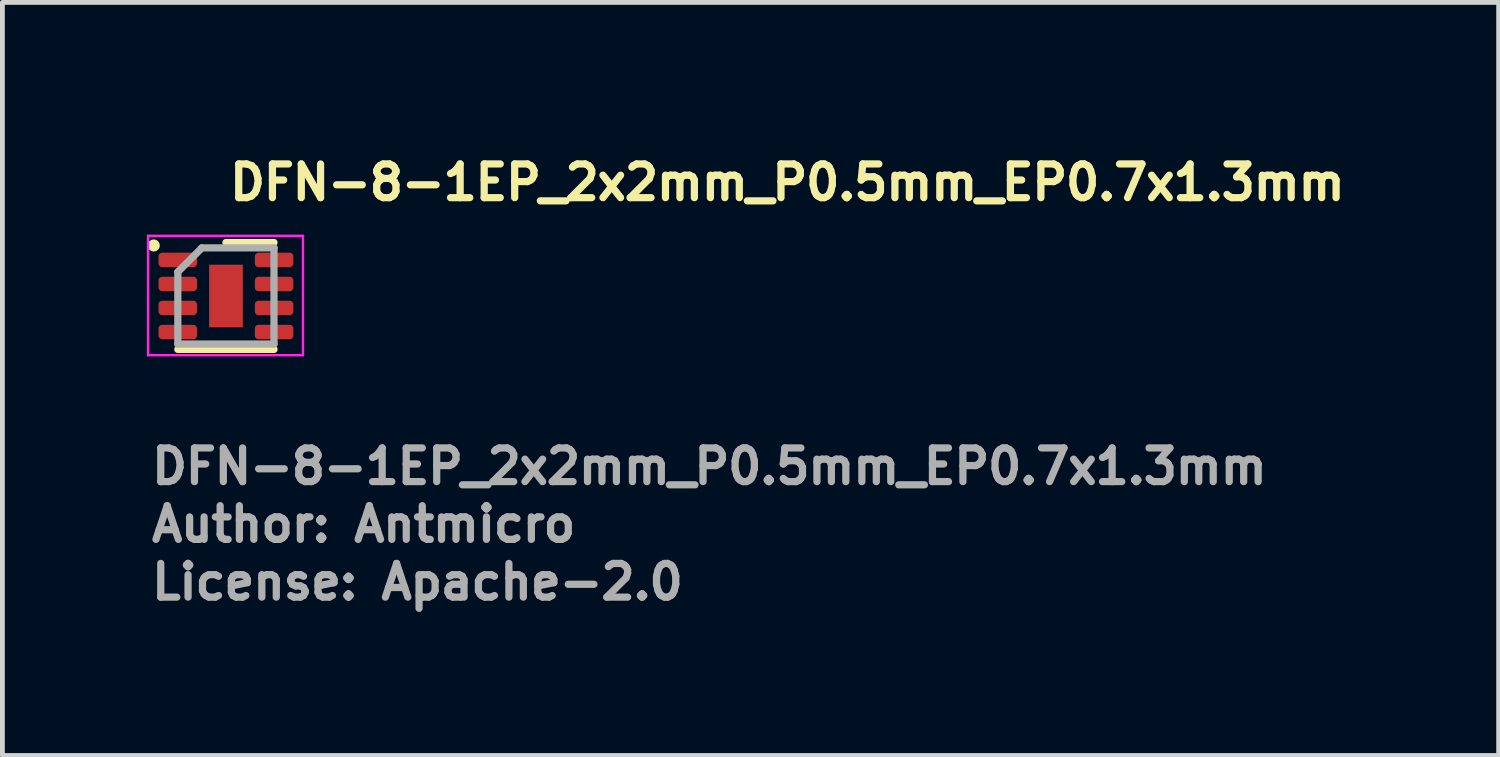
<source format=kicad_pcb>
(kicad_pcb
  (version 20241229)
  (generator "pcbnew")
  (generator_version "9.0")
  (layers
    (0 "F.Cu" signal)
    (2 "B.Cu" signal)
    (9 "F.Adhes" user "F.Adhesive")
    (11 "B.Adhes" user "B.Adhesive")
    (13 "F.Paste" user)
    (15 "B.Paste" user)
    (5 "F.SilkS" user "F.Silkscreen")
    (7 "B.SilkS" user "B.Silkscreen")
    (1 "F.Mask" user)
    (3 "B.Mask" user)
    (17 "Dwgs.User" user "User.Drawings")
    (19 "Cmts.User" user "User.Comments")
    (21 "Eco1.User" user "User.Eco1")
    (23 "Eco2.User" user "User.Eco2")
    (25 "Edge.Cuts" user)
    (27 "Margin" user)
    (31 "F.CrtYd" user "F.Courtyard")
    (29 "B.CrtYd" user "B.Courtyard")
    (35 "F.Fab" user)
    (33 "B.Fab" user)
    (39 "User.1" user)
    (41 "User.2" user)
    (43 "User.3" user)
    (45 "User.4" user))
  (footprint "DFN-8-1EP_2x2mm_P0.5mm_EP0.7x1.3mm"
    (layer "F.Cu")
    (at 1.645 3.1)
    (property "Reference" "DFN-8-1EP_2x2mm_P0.5mm_EP0.7x1.3mm" (at 0 -1.95 0) (layer "F.SilkS") (effects (font (size 0.7 0.7) (thickness 0.15)) (justify left bottom)))
    (attr smd)
    (fp_line (start -1 1.11) (end 0.998 1.11) (stroke (width 0.15) (type solid)) (layer "F.SilkS"))
    (fp_line (start 0 -1.111) (end 0.998 -1.111) (stroke (width 0.15) (type solid)) (layer "F.SilkS"))
    (fp_circle (center -1.5 -1.05) (end -1.45 -1.05) (stroke (width 0.15) (type solid)) (fill yes) (layer "F.SilkS"))
    (fp_line (start -1.62 -1.25) (end -1.62 1.23) (stroke (width 0.05) (type solid)) (layer "F.CrtYd"))
    (fp_line (start -1.62 1.23) (end 1.6 1.23) (stroke (width 0.05) (type solid)) (layer "F.CrtYd"))
    (fp_line (start 1.6 -1.25) (end -1.62 -1.25) (stroke (width 0.05) (type solid)) (layer "F.CrtYd"))
    (fp_line (start 1.6 1.23) (end 1.6 -1.25) (stroke (width 0.05) (type solid)) (layer "F.CrtYd"))
    (fp_line (start -1 -0.5) (end -0.5 -1) (stroke (width 0.15) (type solid)) (layer "F.Fab"))
    (fp_line (start -1 0.998) (end -1 -0.5) (stroke (width 0.15) (type solid)) (layer "F.Fab"))
    (fp_line (start -0.5 -1) (end 0.998 -1) (stroke (width 0.15) (type solid)) (layer "F.Fab"))
    (fp_line (start 0.998 -1) (end 0.998 0.998) (stroke (width 0.15) (type solid)) (layer "F.Fab"))
    (fp_line (start 0.998 0.998) (end -1 0.998) (stroke (width 0.15) (type solid)) (layer "F.Fab"))
    (fp_rect (start -1 -1) (end 0.998 0.998) (stroke (width 0.1) (type solid)) (fill no) (layer "User.5"))
    (fp_line (start -1 -1) (end -1 0.998) (stroke (width 0.02) (type solid)) (layer "User.9"))
    (fp_line (start -1 0.998) (end 0.998 0.998) (stroke (width 0.02) (type solid)) (layer "User.9"))
    (fp_line (start -0.927 -0.802) (end -0.926 -0.793) (stroke (width 0.02) (type solid)) (layer "User.9"))
    (fp_line (start -0.927 -0.802) (end -0.926 -0.793) (stroke (width 0.02) (type solid)) (layer "User.9"))
    (fp_line (start -0.926 -0.814) (end -0.926 -0.81) (stroke (width 0.02) (type solid)) (layer "User.9"))
    (fp_line (start -0.926 -0.814) (end -0.926 -0.81) (stroke (width 0.02) (type solid)) (layer "User.9"))
    (fp_line (start -0.926 -0.81) (end -0.926 -0.806) (stroke (width 0.02) (type solid)) (layer "User.9"))
    (fp_line (start -0.926 -0.81) (end -0.926 -0.806) (stroke (width 0.02) (type solid)) (layer "User.9"))
    (fp_line (start -0.926 -0.806) (end -0.927 -0.802) (stroke (width 0.02) (type solid)) (layer "User.9"))
    (fp_line (start -0.926 -0.806) (end -0.927 -0.802) (stroke (width 0.02) (type solid)) (layer "User.9"))
    (fp_line (start -0.926 -0.793) (end -0.925 -0.785) (stroke (width 0.02) (type solid)) (layer "User.9"))
    (fp_line (start -0.926 -0.793) (end -0.925 -0.785) (stroke (width 0.02) (type solid)) (layer "User.9"))
    (fp_line (start -0.925 -0.822) (end -0.925 -0.818) (stroke (width 0.02) (type solid)) (layer "User.9"))
    (fp_line (start -0.925 -0.822) (end -0.925 -0.818) (stroke (width 0.02) (type solid)) (layer "User.9"))
    (fp_line (start -0.925 -0.818) (end -0.926 -0.814) (stroke (width 0.02) (type solid)) (layer "User.9"))
    (fp_line (start -0.925 -0.818) (end -0.926 -0.814) (stroke (width 0.02) (type solid)) (layer "User.9"))
    (fp_line (start -0.925 -0.785) (end -0.924 -0.777) (stroke (width 0.02) (type solid)) (layer "User.9"))
    (fp_line (start -0.925 -0.785) (end -0.924 -0.777) (stroke (width 0.02) (type solid)) (layer "User.9"))
    (fp_line (start -0.924 -0.826) (end -0.925 -0.822) (stroke (width 0.02) (type solid)) (layer "User.9"))
    (fp_line (start -0.924 -0.826) (end -0.925 -0.822) (stroke (width 0.02) (type solid)) (layer "User.9"))
    (fp_line (start -0.924 -0.777) (end -0.922 -0.768) (stroke (width 0.02) (type solid)) (layer "User.9"))
    (fp_line (start -0.924 -0.777) (end -0.922 -0.768) (stroke (width 0.02) (type solid)) (layer "User.9"))
    (fp_line (start -0.923 -0.83) (end -0.924 -0.826) (stroke (width 0.02) (type solid)) (layer "User.9"))
    (fp_line (start -0.923 -0.83) (end -0.924 -0.826) (stroke (width 0.02) (type solid)) (layer "User.9"))
    (fp_line (start -0.922 -0.833) (end -0.923 -0.83) (stroke (width 0.02) (type solid)) (layer "User.9"))
    (fp_line (start -0.922 -0.833) (end -0.923 -0.83) (stroke (width 0.02) (type solid)) (layer "User.9"))
    (fp_line (start -0.922 -0.768) (end -0.92 -0.76) (stroke (width 0.02) (type solid)) (layer "User.9"))
    (fp_line (start -0.922 -0.768) (end -0.92 -0.76) (stroke (width 0.02) (type solid)) (layer "User.9"))
    (fp_line (start -0.921 -0.837) (end -0.922 -0.833) (stroke (width 0.02) (type solid)) (layer "User.9"))
    (fp_line (start -0.921 -0.837) (end -0.922 -0.833) (stroke (width 0.02) (type solid)) (layer "User.9"))
    (fp_line (start -0.92 -0.841) (end -0.921 -0.837) (stroke (width 0.02) (type solid)) (layer "User.9"))
    (fp_line (start -0.92 -0.841) (end -0.921 -0.837) (stroke (width 0.02) (type solid)) (layer "User.9"))
    (fp_line (start -0.92 -0.76) (end -0.917 -0.753) (stroke (width 0.02) (type solid)) (layer "User.9"))
    (fp_line (start -0.92 -0.76) (end -0.917 -0.753) (stroke (width 0.02) (type solid)) (layer "User.9"))
    (fp_line (start -0.918 -0.845) (end -0.92 -0.841) (stroke (width 0.02) (type solid)) (layer "User.9"))
    (fp_line (start -0.918 -0.845) (end -0.92 -0.841) (stroke (width 0.02) (type solid)) (layer "User.9"))
    (fp_line (start -0.917 -0.848) (end -0.918 -0.845) (stroke (width 0.02) (type solid)) (layer "User.9"))
    (fp_line (start -0.917 -0.848) (end -0.918 -0.845) (stroke (width 0.02) (type solid)) (layer "User.9"))
    (fp_line (start -0.917 -0.753) (end -0.914 -0.745) (stroke (width 0.02) (type solid)) (layer "User.9"))
    (fp_line (start -0.917 -0.753) (end -0.914 -0.745) (stroke (width 0.02) (type solid)) (layer "User.9"))
    (fp_line (start -0.915 -0.852) (end -0.917 -0.848) (stroke (width 0.02) (type solid)) (layer "User.9"))
    (fp_line (start -0.915 -0.852) (end -0.917 -0.848) (stroke (width 0.02) (type solid)) (layer "User.9"))
    (fp_line (start -0.914 -0.856) (end -0.915 -0.852) (stroke (width 0.02) (type solid)) (layer "User.9"))
    (fp_line (start -0.914 -0.856) (end -0.915 -0.852) (stroke (width 0.02) (type solid)) (layer "User.9"))
    (fp_line (start -0.914 -0.745) (end -0.91 -0.738) (stroke (width 0.02) (type solid)) (layer "User.9"))
    (fp_line (start -0.914 -0.745) (end -0.91 -0.738) (stroke (width 0.02) (type solid)) (layer "User.9"))
    (fp_line (start -0.912 -0.859) (end -0.914 -0.856) (stroke (width 0.02) (type solid)) (layer "User.9"))
    (fp_line (start -0.912 -0.859) (end -0.914 -0.856) (stroke (width 0.02) (type solid)) (layer "User.9"))
    (fp_line (start -0.91 -0.863) (end -0.912 -0.859) (stroke (width 0.02) (type solid)) (layer "User.9"))
    (fp_line (start -0.91 -0.863) (end -0.912 -0.859) (stroke (width 0.02) (type solid)) (layer "User.9"))
    (fp_line (start -0.91 -0.738) (end -0.905 -0.731) (stroke (width 0.02) (type solid)) (layer "User.9"))
    (fp_line (start -0.91 -0.738) (end -0.905 -0.731) (stroke (width 0.02) (type solid)) (layer "User.9"))
    (fp_line (start -0.908 -0.866) (end -0.91 -0.863) (stroke (width 0.02) (type solid)) (layer "User.9"))
    (fp_line (start -0.908 -0.866) (end -0.91 -0.863) (stroke (width 0.02) (type solid)) (layer "User.9"))
    (fp_line (start -0.905 -0.87) (end -0.908 -0.866) (stroke (width 0.02) (type solid)) (layer "User.9"))
    (fp_line (start -0.905 -0.87) (end -0.908 -0.866) (stroke (width 0.02) (type solid)) (layer "User.9"))
    (fp_line (start -0.905 -0.731) (end -0.901 -0.725) (stroke (width 0.02) (type solid)) (layer "User.9"))
    (fp_line (start -0.905 -0.731) (end -0.901 -0.725) (stroke (width 0.02) (type solid)) (layer "User.9"))
    (fp_line (start -0.903 -0.873) (end -0.905 -0.87) (stroke (width 0.02) (type solid)) (layer "User.9"))
    (fp_line (start -0.903 -0.873) (end -0.905 -0.87) (stroke (width 0.02) (type solid)) (layer "User.9"))
    (fp_line (start -0.901 -0.876) (end -0.903 -0.873) (stroke (width 0.02) (type solid)) (layer "User.9"))
    (fp_line (start -0.901 -0.876) (end -0.903 -0.873) (stroke (width 0.02) (type solid)) (layer "User.9"))
    (fp_line (start -0.901 -0.725) (end -0.895 -0.718) (stroke (width 0.02) (type solid)) (layer "User.9"))
    (fp_line (start -0.901 -0.725) (end -0.895 -0.718) (stroke (width 0.02) (type solid)) (layer "User.9"))
    (fp_line (start -0.898 -0.88) (end -0.901 -0.876) (stroke (width 0.02) (type solid)) (layer "User.9"))
    (fp_line (start -0.898 -0.88) (end -0.901 -0.876) (stroke (width 0.02) (type solid)) (layer "User.9"))
    (fp_line (start -0.895 -0.883) (end -0.898 -0.88) (stroke (width 0.02) (type solid)) (layer "User.9"))
    (fp_line (start -0.895 -0.883) (end -0.898 -0.88) (stroke (width 0.02) (type solid)) (layer "User.9"))
    (fp_line (start -0.895 -0.718) (end -0.889 -0.712) (stroke (width 0.02) (type solid)) (layer "User.9"))
    (fp_line (start -0.895 -0.718) (end -0.889 -0.712) (stroke (width 0.02) (type solid)) (layer "User.9"))
    (fp_line (start -0.892 -0.886) (end -0.895 -0.883) (stroke (width 0.02) (type solid)) (layer "User.9"))
    (fp_line (start -0.892 -0.886) (end -0.895 -0.883) (stroke (width 0.02) (type solid)) (layer "User.9"))
    (fp_line (start -0.889 -0.889) (end -0.892 -0.886) (stroke (width 0.02) (type solid)) (layer "User.9"))
    (fp_line (start -0.889 -0.889) (end -0.892 -0.886) (stroke (width 0.02) (type solid)) (layer "User.9"))
    (fp_line (start -0.889 -0.712) (end -0.883 -0.707) (stroke (width 0.02) (type solid)) (layer "User.9"))
    (fp_line (start -0.889 -0.712) (end -0.883 -0.707) (stroke (width 0.02) (type solid)) (layer "User.9"))
    (fp_line (start -0.886 -0.892) (end -0.889 -0.889) (stroke (width 0.02) (type solid)) (layer "User.9"))
    (fp_line (start -0.886 -0.892) (end -0.889 -0.889) (stroke (width 0.02) (type solid)) (layer "User.9"))
    (fp_line (start -0.883 -0.894) (end -0.886 -0.892) (stroke (width 0.02) (type solid)) (layer "User.9"))
    (fp_line (start -0.883 -0.894) (end -0.886 -0.892) (stroke (width 0.02) (type solid)) (layer "User.9"))
    (fp_line (start -0.883 -0.707) (end -0.877 -0.702) (stroke (width 0.02) (type solid)) (layer "User.9"))
    (fp_line (start -0.883 -0.707) (end -0.877 -0.702) (stroke (width 0.02) (type solid)) (layer "User.9"))
    (fp_line (start -0.88 -0.898) (end -0.883 -0.894) (stroke (width 0.02) (type solid)) (layer "User.9"))
    (fp_line (start -0.88 -0.898) (end -0.883 -0.894) (stroke (width 0.02) (type solid)) (layer "User.9"))
    (fp_line (start -0.877 -0.901) (end -0.88 -0.898) (stroke (width 0.02) (type solid)) (layer "User.9"))
    (fp_line (start -0.877 -0.901) (end -0.88 -0.898) (stroke (width 0.02) (type solid)) (layer "User.9"))
    (fp_line (start -0.877 -0.702) (end -0.87 -0.698) (stroke (width 0.02) (type solid)) (layer "User.9"))
    (fp_line (start -0.877 -0.702) (end -0.87 -0.698) (stroke (width 0.02) (type solid)) (layer "User.9"))
    (fp_line (start -0.873 -0.903) (end -0.877 -0.901) (stroke (width 0.02) (type solid)) (layer "User.9"))
    (fp_line (start -0.873 -0.903) (end -0.877 -0.901) (stroke (width 0.02) (type solid)) (layer "User.9"))
    (fp_line (start -0.87 -0.905) (end -0.873 -0.903) (stroke (width 0.02) (type solid)) (layer "User.9"))
    (fp_line (start -0.87 -0.905) (end -0.873 -0.903) (stroke (width 0.02) (type solid)) (layer "User.9"))
    (fp_line (start -0.87 -0.698) (end -0.863 -0.693) (stroke (width 0.02) (type solid)) (layer "User.9"))
    (fp_line (start -0.87 -0.698) (end -0.863 -0.693) (stroke (width 0.02) (type solid)) (layer "User.9"))
    (fp_line (start -0.867 -0.908) (end -0.87 -0.905) (stroke (width 0.02) (type solid)) (layer "User.9"))
    (fp_line (start -0.867 -0.908) (end -0.87 -0.905) (stroke (width 0.02) (type solid)) (layer "User.9"))
    (fp_line (start -0.863 -0.91) (end -0.867 -0.908) (stroke (width 0.02) (type solid)) (layer "User.9"))
    (fp_line (start -0.863 -0.91) (end -0.867 -0.908) (stroke (width 0.02) (type solid)) (layer "User.9"))
    (fp_line (start -0.863 -0.91) (end -0.863 -0.91) (stroke (width 0.02) (type solid)) (layer "User.9"))
    (fp_line (start -0.863 -0.91) (end -0.863 -0.91) (stroke (width 0.02) (type solid)) (layer "User.9"))
    (fp_line (start -0.863 -0.693) (end -0.863 -0.693) (stroke (width 0.02) (type solid)) (layer "User.9"))
    (fp_line (start -0.863 -0.693) (end -0.863 -0.693) (stroke (width 0.02) (type solid)) (layer "User.9"))
    (fp_line (start -0.863 -0.693) (end -0.856 -0.689) (stroke (width 0.02) (type solid)) (layer "User.9"))
    (fp_line (start -0.863 -0.693) (end -0.856 -0.689) (stroke (width 0.02) (type solid)) (layer "User.9"))
    (fp_line (start -0.856 -0.914) (end -0.863 -0.91) (stroke (width 0.02) (type solid)) (layer "User.9"))
    (fp_line (start -0.856 -0.914) (end -0.863 -0.91) (stroke (width 0.02) (type solid)) (layer "User.9"))
    (fp_line (start -0.856 -0.689) (end -0.848 -0.686) (stroke (width 0.02) (type solid)) (layer "User.9"))
    (fp_line (start -0.856 -0.689) (end -0.848 -0.686) (stroke (width 0.02) (type solid)) (layer "User.9"))
    (fp_line (start -0.848 -0.917) (end -0.856 -0.914) (stroke (width 0.02) (type solid)) (layer "User.9"))
    (fp_line (start -0.848 -0.917) (end -0.856 -0.914) (stroke (width 0.02) (type solid)) (layer "User.9"))
    (fp_line (start -0.848 -0.686) (end -0.84 -0.683) (stroke (width 0.02) (type solid)) (layer "User.9"))
    (fp_line (start -0.848 -0.686) (end -0.84 -0.683) (stroke (width 0.02) (type solid)) (layer "User.9"))
    (fp_line (start -0.84 -0.92) (end -0.848 -0.917) (stroke (width 0.02) (type solid)) (layer "User.9"))
    (fp_line (start -0.84 -0.92) (end -0.848 -0.917) (stroke (width 0.02) (type solid)) (layer "User.9"))
    (fp_line (start -0.84 -0.683) (end -0.833 -0.681) (stroke (width 0.02) (type solid)) (layer "User.9"))
    (fp_line (start -0.84 -0.683) (end -0.833 -0.681) (stroke (width 0.02) (type solid)) (layer "User.9"))
    (fp_line (start -0.833 -0.922) (end -0.84 -0.92) (stroke (width 0.02) (type solid)) (layer "User.9"))
    (fp_line (start -0.833 -0.922) (end -0.84 -0.92) (stroke (width 0.02) (type solid)) (layer "User.9"))
    (fp_line (start -0.833 -0.681) (end -0.826 -0.679) (stroke (width 0.02) (type solid)) (layer "User.9"))
    (fp_line (start -0.833 -0.681) (end -0.826 -0.679) (stroke (width 0.02) (type solid)) (layer "User.9"))
    (fp_line (start -0.826 -0.924) (end -0.833 -0.922) (stroke (width 0.02) (type solid)) (layer "User.9"))
    (fp_line (start -0.826 -0.924) (end -0.833 -0.922) (stroke (width 0.02) (type solid)) (layer "User.9"))
    (fp_line (start -0.826 -0.679) (end -0.818 -0.678) (stroke (width 0.02) (type solid)) (layer "User.9"))
    (fp_line (start -0.826 -0.679) (end -0.818 -0.678) (stroke (width 0.02) (type solid)) (layer "User.9"))
    (fp_line (start -0.818 -0.925) (end -0.826 -0.924) (stroke (width 0.02) (type solid)) (layer "User.9"))
    (fp_line (start -0.818 -0.925) (end -0.826 -0.924) (stroke (width 0.02) (type solid)) (layer "User.9"))
    (fp_line (start -0.818 -0.678) (end -0.81 -0.677) (stroke (width 0.02) (type solid)) (layer "User.9"))
    (fp_line (start -0.818 -0.678) (end -0.81 -0.677) (stroke (width 0.02) (type solid)) (layer "User.9"))
    (fp_line (start -0.81 -0.926) (end -0.818 -0.925) (stroke (width 0.02) (type solid)) (layer "User.9"))
    (fp_line (start -0.81 -0.926) (end -0.818 -0.925) (stroke (width 0.02) (type solid)) (layer "User.9"))
    (fp_line (start -0.81 -0.677) (end -0.802 -0.677) (stroke (width 0.02) (type solid)) (layer "User.9"))
    (fp_line (start -0.81 -0.677) (end -0.802 -0.677) (stroke (width 0.02) (type solid)) (layer "User.9"))
    (fp_line (start -0.802 -0.927) (end -0.81 -0.926) (stroke (width 0.02) (type solid)) (layer "User.9"))
    (fp_line (start -0.802 -0.927) (end -0.81 -0.926) (stroke (width 0.02) (type solid)) (layer "User.9"))
    (fp_line (start -0.802 -0.677) (end -0.793 -0.677) (stroke (width 0.02) (type solid)) (layer "User.9"))
    (fp_line (start -0.802 -0.677) (end -0.793 -0.677) (stroke (width 0.02) (type solid)) (layer "User.9"))
    (fp_line (start -0.793 -0.926) (end -0.802 -0.927) (stroke (width 0.02) (type solid)) (layer "User.9"))
    (fp_line (start -0.793 -0.926) (end -0.802 -0.927) (stroke (width 0.02) (type solid)) (layer "User.9"))
    (fp_line (start -0.793 -0.677) (end -0.785 -0.678) (stroke (width 0.02) (type solid)) (layer "User.9"))
    (fp_line (start -0.793 -0.677) (end -0.785 -0.678) (stroke (width 0.02) (type solid)) (layer "User.9"))
    (fp_line (start -0.785 -0.925) (end -0.793 -0.926) (stroke (width 0.02) (type solid)) (layer "User.9"))
    (fp_line (start -0.785 -0.925) (end -0.793 -0.926) (stroke (width 0.02) (type solid)) (layer "User.9"))
    (fp_line (start -0.785 -0.678) (end -0.777 -0.679) (stroke (width 0.02) (type solid)) (layer "User.9"))
    (fp_line (start -0.785 -0.678) (end -0.777 -0.679) (stroke (width 0.02) (type solid)) (layer "User.9"))
    (fp_line (start -0.777 -0.924) (end -0.785 -0.925) (stroke (width 0.02) (type solid)) (layer "User.9"))
    (fp_line (start -0.777 -0.924) (end -0.785 -0.925) (stroke (width 0.02) (type solid)) (layer "User.9"))
    (fp_line (start -0.777 -0.679) (end -0.768 -0.681) (stroke (width 0.02) (type solid)) (layer "User.9"))
    (fp_line (start -0.777 -0.679) (end -0.768 -0.681) (stroke (width 0.02) (type solid)) (layer "User.9"))
    (fp_line (start -0.768 -0.922) (end -0.777 -0.924) (stroke (width 0.02) (type solid)) (layer "User.9"))
    (fp_line (start -0.768 -0.922) (end -0.777 -0.924) (stroke (width 0.02) (type solid)) (layer "User.9"))
    (fp_line (start -0.768 -0.681) (end -0.761 -0.683) (stroke (width 0.02) (type solid)) (layer "User.9"))
    (fp_line (start -0.768 -0.681) (end -0.761 -0.683) (stroke (width 0.02) (type solid)) (layer "User.9"))
    (fp_line (start -0.761 -0.92) (end -0.768 -0.922) (stroke (width 0.02) (type solid)) (layer "User.9"))
    (fp_line (start -0.761 -0.92) (end -0.768 -0.922) (stroke (width 0.02) (type solid)) (layer "User.9"))
    (fp_line (start -0.761 -0.683) (end -0.753 -0.686) (stroke (width 0.02) (type solid)) (layer "User.9"))
    (fp_line (start -0.761 -0.683) (end -0.753 -0.686) (stroke (width 0.02) (type solid)) (layer "User.9"))
    (fp_line (start -0.753 -0.917) (end -0.761 -0.92) (stroke (width 0.02) (type solid)) (layer "User.9"))
    (fp_line (start -0.753 -0.917) (end -0.761 -0.92) (stroke (width 0.02) (type solid)) (layer "User.9"))
    (fp_line (start -0.753 -0.686) (end -0.745 -0.689) (stroke (width 0.02) (type solid)) (layer "User.9"))
    (fp_line (start -0.753 -0.686) (end -0.745 -0.689) (stroke (width 0.02) (type solid)) (layer "User.9"))
    (fp_line (start -0.745 -0.914) (end -0.753 -0.917) (stroke (width 0.02) (type solid)) (layer "User.9"))
    (fp_line (start -0.745 -0.914) (end -0.753 -0.917) (stroke (width 0.02) (type solid)) (layer "User.9"))
    (fp_line (start -0.745 -0.689) (end -0.738 -0.693) (stroke (width 0.02) (type solid)) (layer "User.9"))
    (fp_line (start -0.745 -0.689) (end -0.738 -0.693) (stroke (width 0.02) (type solid)) (layer "User.9"))
    (fp_line (start -0.738 -0.91) (end -0.745 -0.914) (stroke (width 0.02) (type solid)) (layer "User.9"))
    (fp_line (start -0.738 -0.91) (end -0.745 -0.914) (stroke (width 0.02) (type solid)) (layer "User.9"))
    (fp_line (start -0.738 -0.91) (end -0.738 -0.91) (stroke (width 0.02) (type solid)) (layer "User.9"))
    (fp_line (start -0.738 -0.91) (end -0.738 -0.91) (stroke (width 0.02) (type solid)) (layer "User.9"))
    (fp_line (start -0.738 -0.693) (end -0.738 -0.693) (stroke (width 0.02) (type solid)) (layer "User.9"))
    (fp_line (start -0.738 -0.693) (end -0.738 -0.693) (stroke (width 0.02) (type solid)) (layer "User.9"))
    (fp_line (start -0.738 -0.693) (end -0.734 -0.695) (stroke (width 0.02) (type solid)) (layer "User.9"))
    (fp_line (start -0.738 -0.693) (end -0.734 -0.695) (stroke (width 0.02) (type solid)) (layer "User.9"))
    (fp_line (start -0.734 -0.695) (end -0.731 -0.698) (stroke (width 0.02) (type solid)) (layer "User.9"))
    (fp_line (start -0.734 -0.695) (end -0.731 -0.698) (stroke (width 0.02) (type solid)) (layer "User.9"))
    (fp_line (start -0.731 -0.905) (end -0.738 -0.91) (stroke (width 0.02) (type solid)) (layer "User.9"))
    (fp_line (start -0.731 -0.905) (end -0.738 -0.91) (stroke (width 0.02) (type solid)) (layer "User.9"))
    (fp_line (start -0.731 -0.698) (end -0.728 -0.7) (stroke (width 0.02) (type solid)) (layer "User.9"))
    (fp_line (start -0.731 -0.698) (end -0.728 -0.7) (stroke (width 0.02) (type solid)) (layer "User.9"))
    (fp_line (start -0.728 -0.7) (end -0.724 -0.702) (stroke (width 0.02) (type solid)) (layer "User.9"))
    (fp_line (start -0.728 -0.7) (end -0.724 -0.702) (stroke (width 0.02) (type solid)) (layer "User.9"))
    (fp_line (start -0.724 -0.901) (end -0.731 -0.905) (stroke (width 0.02) (type solid)) (layer "User.9"))
    (fp_line (start -0.724 -0.901) (end -0.731 -0.905) (stroke (width 0.02) (type solid)) (layer "User.9"))
    (fp_line (start -0.724 -0.702) (end -0.721 -0.704) (stroke (width 0.02) (type solid)) (layer "User.9"))
    (fp_line (start -0.724 -0.702) (end -0.721 -0.704) (stroke (width 0.02) (type solid)) (layer "User.9"))
    (fp_line (start -0.721 -0.704) (end -0.718 -0.707) (stroke (width 0.02) (type solid)) (layer "User.9"))
    (fp_line (start -0.721 -0.704) (end -0.718 -0.707) (stroke (width 0.02) (type solid)) (layer "User.9"))
    (fp_line (start -0.718 -0.894) (end -0.724 -0.901) (stroke (width 0.02) (type solid)) (layer "User.9"))
    (fp_line (start -0.718 -0.894) (end -0.724 -0.901) (stroke (width 0.02) (type solid)) (layer "User.9"))
    (fp_line (start -0.718 -0.707) (end -0.715 -0.709) (stroke (width 0.02) (type solid)) (layer "User.9"))
    (fp_line (start -0.718 -0.707) (end -0.715 -0.709) (stroke (width 0.02) (type solid)) (layer "User.9"))
    (fp_line (start -0.715 -0.709) (end -0.712 -0.712) (stroke (width 0.02) (type solid)) (layer "User.9"))
    (fp_line (start -0.715 -0.709) (end -0.712 -0.712) (stroke (width 0.02) (type solid)) (layer "User.9"))
    (fp_line (start -0.712 -0.889) (end -0.718 -0.894) (stroke (width 0.02) (type solid)) (layer "User.9"))
    (fp_line (start -0.712 -0.889) (end -0.718 -0.894) (stroke (width 0.02) (type solid)) (layer "User.9"))
    (fp_line (start -0.712 -0.712) (end -0.709 -0.715) (stroke (width 0.02) (type solid)) (layer "User.9"))
    (fp_line (start -0.712 -0.712) (end -0.709 -0.715) (stroke (width 0.02) (type solid)) (layer "User.9"))
    (fp_line (start -0.709 -0.715) (end -0.706 -0.718) (stroke (width 0.02) (type solid)) (layer "User.9"))
    (fp_line (start -0.709 -0.715) (end -0.706 -0.718) (stroke (width 0.02) (type solid)) (layer "User.9"))
    (fp_line (start -0.706 -0.883) (end -0.712 -0.889) (stroke (width 0.02) (type solid)) (layer "User.9"))
    (fp_line (start -0.706 -0.883) (end -0.712 -0.889) (stroke (width 0.02) (type solid)) (layer "User.9"))
    (fp_line (start -0.706 -0.718) (end -0.704 -0.721) (stroke (width 0.02) (type solid)) (layer "User.9"))
    (fp_line (start -0.706 -0.718) (end -0.704 -0.721) (stroke (width 0.02) (type solid)) (layer "User.9"))
    (fp_line (start -0.704 -0.721) (end -0.702 -0.725) (stroke (width 0.02) (type solid)) (layer "User.9"))
    (fp_line (start -0.704 -0.721) (end -0.702 -0.725) (stroke (width 0.02) (type solid)) (layer "User.9"))
    (fp_line (start -0.702 -0.876) (end -0.706 -0.883) (stroke (width 0.02) (type solid)) (layer "User.9"))
    (fp_line (start -0.702 -0.876) (end -0.706 -0.883) (stroke (width 0.02) (type solid)) (layer "User.9"))
    (fp_line (start -0.702 -0.725) (end -0.7 -0.728) (stroke (width 0.02) (type solid)) (layer "User.9"))
    (fp_line (start -0.702 -0.725) (end -0.7 -0.728) (stroke (width 0.02) (type solid)) (layer "User.9"))
    (fp_line (start -0.7 -0.728) (end -0.698 -0.731) (stroke (width 0.02) (type solid)) (layer "User.9"))
    (fp_line (start -0.7 -0.728) (end -0.698 -0.731) (stroke (width 0.02) (type solid)) (layer "User.9"))
    (fp_line (start -0.698 -0.87) (end -0.702 -0.876) (stroke (width 0.02) (type solid)) (layer "User.9"))
    (fp_line (start -0.698 -0.87) (end -0.702 -0.876) (stroke (width 0.02) (type solid)) (layer "User.9"))
    (fp_line (start -0.698 -0.731) (end -0.695 -0.735) (stroke (width 0.02) (type solid)) (layer "User.9"))
    (fp_line (start -0.698 -0.731) (end -0.695 -0.735) (stroke (width 0.02) (type solid)) (layer "User.9"))
    (fp_line (start -0.695 -0.735) (end -0.693 -0.738) (stroke (width 0.02) (type solid)) (layer "User.9"))
    (fp_line (start -0.695 -0.735) (end -0.693 -0.738) (stroke (width 0.02) (type solid)) (layer "User.9"))
    (fp_line (start -0.693 -0.863) (end -0.698 -0.87) (stroke (width 0.02) (type solid)) (layer "User.9"))
    (fp_line (start -0.693 -0.863) (end -0.698 -0.87) (stroke (width 0.02) (type solid)) (layer "User.9"))
    (fp_line (start -0.693 -0.738) (end -0.691 -0.742) (stroke (width 0.02) (type solid)) (layer "User.9"))
    (fp_line (start -0.693 -0.738) (end -0.691 -0.742) (stroke (width 0.02) (type solid)) (layer "User.9"))
    (fp_line (start -0.691 -0.742) (end -0.689 -0.745) (stroke (width 0.02) (type solid)) (layer "User.9"))
    (fp_line (start -0.691 -0.742) (end -0.689 -0.745) (stroke (width 0.02) (type solid)) (layer "User.9"))
    (fp_line (start -0.689 -0.856) (end -0.693 -0.863) (stroke (width 0.02) (type solid)) (layer "User.9"))
    (fp_line (start -0.689 -0.856) (end -0.693 -0.863) (stroke (width 0.02) (type solid)) (layer "User.9"))
    (fp_line (start -0.689 -0.745) (end -0.688 -0.749) (stroke (width 0.02) (type solid)) (layer "User.9"))
    (fp_line (start -0.689 -0.745) (end -0.688 -0.749) (stroke (width 0.02) (type solid)) (layer "User.9"))
    (fp_line (start -0.688 -0.749) (end -0.686 -0.753) (stroke (width 0.02) (type solid)) (layer "User.9"))
    (fp_line (start -0.688 -0.749) (end -0.686 -0.753) (stroke (width 0.02) (type solid)) (layer "User.9"))
    (fp_line (start -0.686 -0.848) (end -0.689 -0.856) (stroke (width 0.02) (type solid)) (layer "User.9"))
    (fp_line (start -0.686 -0.848) (end -0.689 -0.856) (stroke (width 0.02) (type solid)) (layer "User.9"))
    (fp_line (start -0.686 -0.753) (end -0.685 -0.756) (stroke (width 0.02) (type solid)) (layer "User.9"))
    (fp_line (start -0.686 -0.753) (end -0.685 -0.756) (stroke (width 0.02) (type solid)) (layer "User.9"))
    (fp_line (start -0.685 -0.756) (end -0.683 -0.76) (stroke (width 0.02) (type solid)) (layer "User.9"))
    (fp_line (start -0.685 -0.756) (end -0.683 -0.76) (stroke (width 0.02) (type solid)) (layer "User.9"))
    (fp_line (start -0.683 -0.841) (end -0.686 -0.848) (stroke (width 0.02) (type solid)) (layer "User.9"))
    (fp_line (start -0.683 -0.841) (end -0.686 -0.848) (stroke (width 0.02) (type solid)) (layer "User.9"))
    (fp_line (start -0.683 -0.76) (end -0.682 -0.764) (stroke (width 0.02) (type solid)) (layer "User.9"))
    (fp_line (start -0.683 -0.76) (end -0.682 -0.764) (stroke (width 0.02) (type solid)) (layer "User.9"))
    (fp_line (start -0.682 -0.764) (end -0.681 -0.768) (stroke (width 0.02) (type solid)) (layer "User.9"))
    (fp_line (start -0.682 -0.764) (end -0.681 -0.768) (stroke (width 0.02) (type solid)) (layer "User.9"))
    (fp_line (start -0.681 -0.833) (end -0.683 -0.841) (stroke (width 0.02) (type solid)) (layer "User.9"))
    (fp_line (start -0.681 -0.833) (end -0.683 -0.841) (stroke (width 0.02) (type solid)) (layer "User.9"))
    (fp_line (start -0.681 -0.768) (end -0.68 -0.773) (stroke (width 0.02) (type solid)) (layer "User.9"))
    (fp_line (start -0.681 -0.768) (end -0.68 -0.773) (stroke (width 0.02) (type solid)) (layer "User.9"))
    (fp_line (start -0.68 -0.773) (end -0.679 -0.777) (stroke (width 0.02) (type solid)) (layer "User.9"))
    (fp_line (start -0.68 -0.773) (end -0.679 -0.777) (stroke (width 0.02) (type solid)) (layer "User.9"))
    (fp_line (start -0.679 -0.826) (end -0.681 -0.833) (stroke (width 0.02) (type solid)) (layer "User.9"))
    (fp_line (start -0.679 -0.826) (end -0.681 -0.833) (stroke (width 0.02) (type solid)) (layer "User.9"))
    (fp_line (start -0.679 -0.777) (end -0.678 -0.781) (stroke (width 0.02) (type solid)) (layer "User.9"))
    (fp_line (start -0.679 -0.777) (end -0.678 -0.781) (stroke (width 0.02) (type solid)) (layer "User.9"))
    (fp_line (start -0.678 -0.818) (end -0.679 -0.826) (stroke (width 0.02) (type solid)) (layer "User.9"))
    (fp_line (start -0.678 -0.818) (end -0.679 -0.826) (stroke (width 0.02) (type solid)) (layer "User.9"))
    (fp_line (start -0.678 -0.785) (end -0.677 -0.789) (stroke (width 0.02) (type solid)) (layer "User.9"))
    (fp_line (start -0.678 -0.785) (end -0.677 -0.789) (stroke (width 0.02) (type solid)) (layer "User.9"))
    (fp_line (start -0.678 -0.781) (end -0.678 -0.785) (stroke (width 0.02) (type solid)) (layer "User.9"))
    (fp_line (start -0.678 -0.781) (end -0.678 -0.785) (stroke (width 0.02) (type solid)) (layer "User.9"))
    (fp_line (start -0.677 -0.81) (end -0.678 -0.818) (stroke (width 0.02) (type solid)) (layer "User.9"))
    (fp_line (start -0.677 -0.81) (end -0.678 -0.818) (stroke (width 0.02) (type solid)) (layer "User.9"))
    (fp_line (start -0.677 -0.802) (end -0.677 -0.81) (stroke (width 0.02) (type solid)) (layer "User.9"))
    (fp_line (start -0.677 -0.802) (end -0.677 -0.81) (stroke (width 0.02) (type solid)) (layer "User.9"))
    (fp_line (start -0.677 -0.797) (end -0.677 -0.802) (stroke (width 0.02) (type solid)) (layer "User.9"))
    (fp_line (start -0.677 -0.797) (end -0.677 -0.802) (stroke (width 0.02) (type solid)) (layer "User.9"))
    (fp_line (start -0.677 -0.793) (end -0.677 -0.797) (stroke (width 0.02) (type solid)) (layer "User.9"))
    (fp_line (start -0.677 -0.793) (end -0.677 -0.797) (stroke (width 0.02) (type solid)) (layer "User.9"))
    (fp_line (start -0.677 -0.789) (end -0.677 -0.793) (stroke (width 0.02) (type solid)) (layer "User.9"))
    (fp_line (start -0.677 -0.789) (end -0.677 -0.793) (stroke (width 0.02) (type solid)) (layer "User.9"))
    (fp_line (start 0.998 -1) (end -1 -1) (stroke (width 0.02) (type solid)) (layer "User.9"))
    (fp_line (start 0.998 0.998) (end 0.998 -1) (stroke (width 0.02) (type solid)) (layer "User.9"))
    (fp_text user "Author: Antmicro" (at -1.62 5.15 0) (layer "F.Fab") (effects (font (size 0.7 0.7) (thickness 0.15)) (justify left bottom)))
    (fp_text user "License: Apache-2.0" (at -1.62 6.35 0) (layer "F.Fab") (effects (font (size 0.7 0.7) (thickness 0.15)) (justify left bottom)))
    (fp_text user "${REFERENCE}" (at -1.62 3.95 0) (layer "F.Fab") (effects (font (size 0.7 0.7) (thickness 0.15)) (justify left bottom)))
    (pad "1" smd roundrect (at -1.002 -0.75) (size 0.8 0.3) (layers "F.Cu" "F.Mask" "F.Paste") (roundrect_rratio 0.25))
    (pad "2" smd roundrect (at -1.002 -0.25) (size 0.8 0.3) (layers "F.Cu" "F.Mask" "F.Paste") (roundrect_rratio 0.25))
    (pad "3" smd roundrect (at -1.002 0.248) (size 0.8 0.3) (layers "F.Cu" "F.Mask" "F.Paste") (roundrect_rratio 0.25))
    (pad "4" smd roundrect (at -1.002 0.748) (size 0.8 0.3) (layers "F.Cu" "F.Mask" "F.Paste") (roundrect_rratio 0.25))
    (pad "5" smd roundrect (at 1 0.748) (size 0.8 0.3) (layers "F.Cu" "F.Mask" "F.Paste") (roundrect_rratio 0.25))
    (pad "6" smd roundrect (at 1 0.248) (size 0.8 0.3) (layers "F.Cu" "F.Mask" "F.Paste") (roundrect_rratio 0.25))
    (pad "7" smd roundrect (at 1 -0.25) (size 0.8 0.3) (layers "F.Cu" "F.Mask" "F.Paste") (roundrect_rratio 0.25))
    (pad "8" smd roundrect (at 1 -0.75) (size 0.8 0.3) (layers "F.Cu" "F.Mask" "F.Paste") (roundrect_rratio 0.25))
    (pad "9" smd rect (at 0 0) (size 0.7 1.3) (layers "F.Cu" "F.Mask")))
  (gr_rect
    (start -3 -3)
    (end 28.088 12.646)
    (stroke (width 0.1) (type default))
    (fill no)
    (layer "Edge.Cuts")))
</source>
